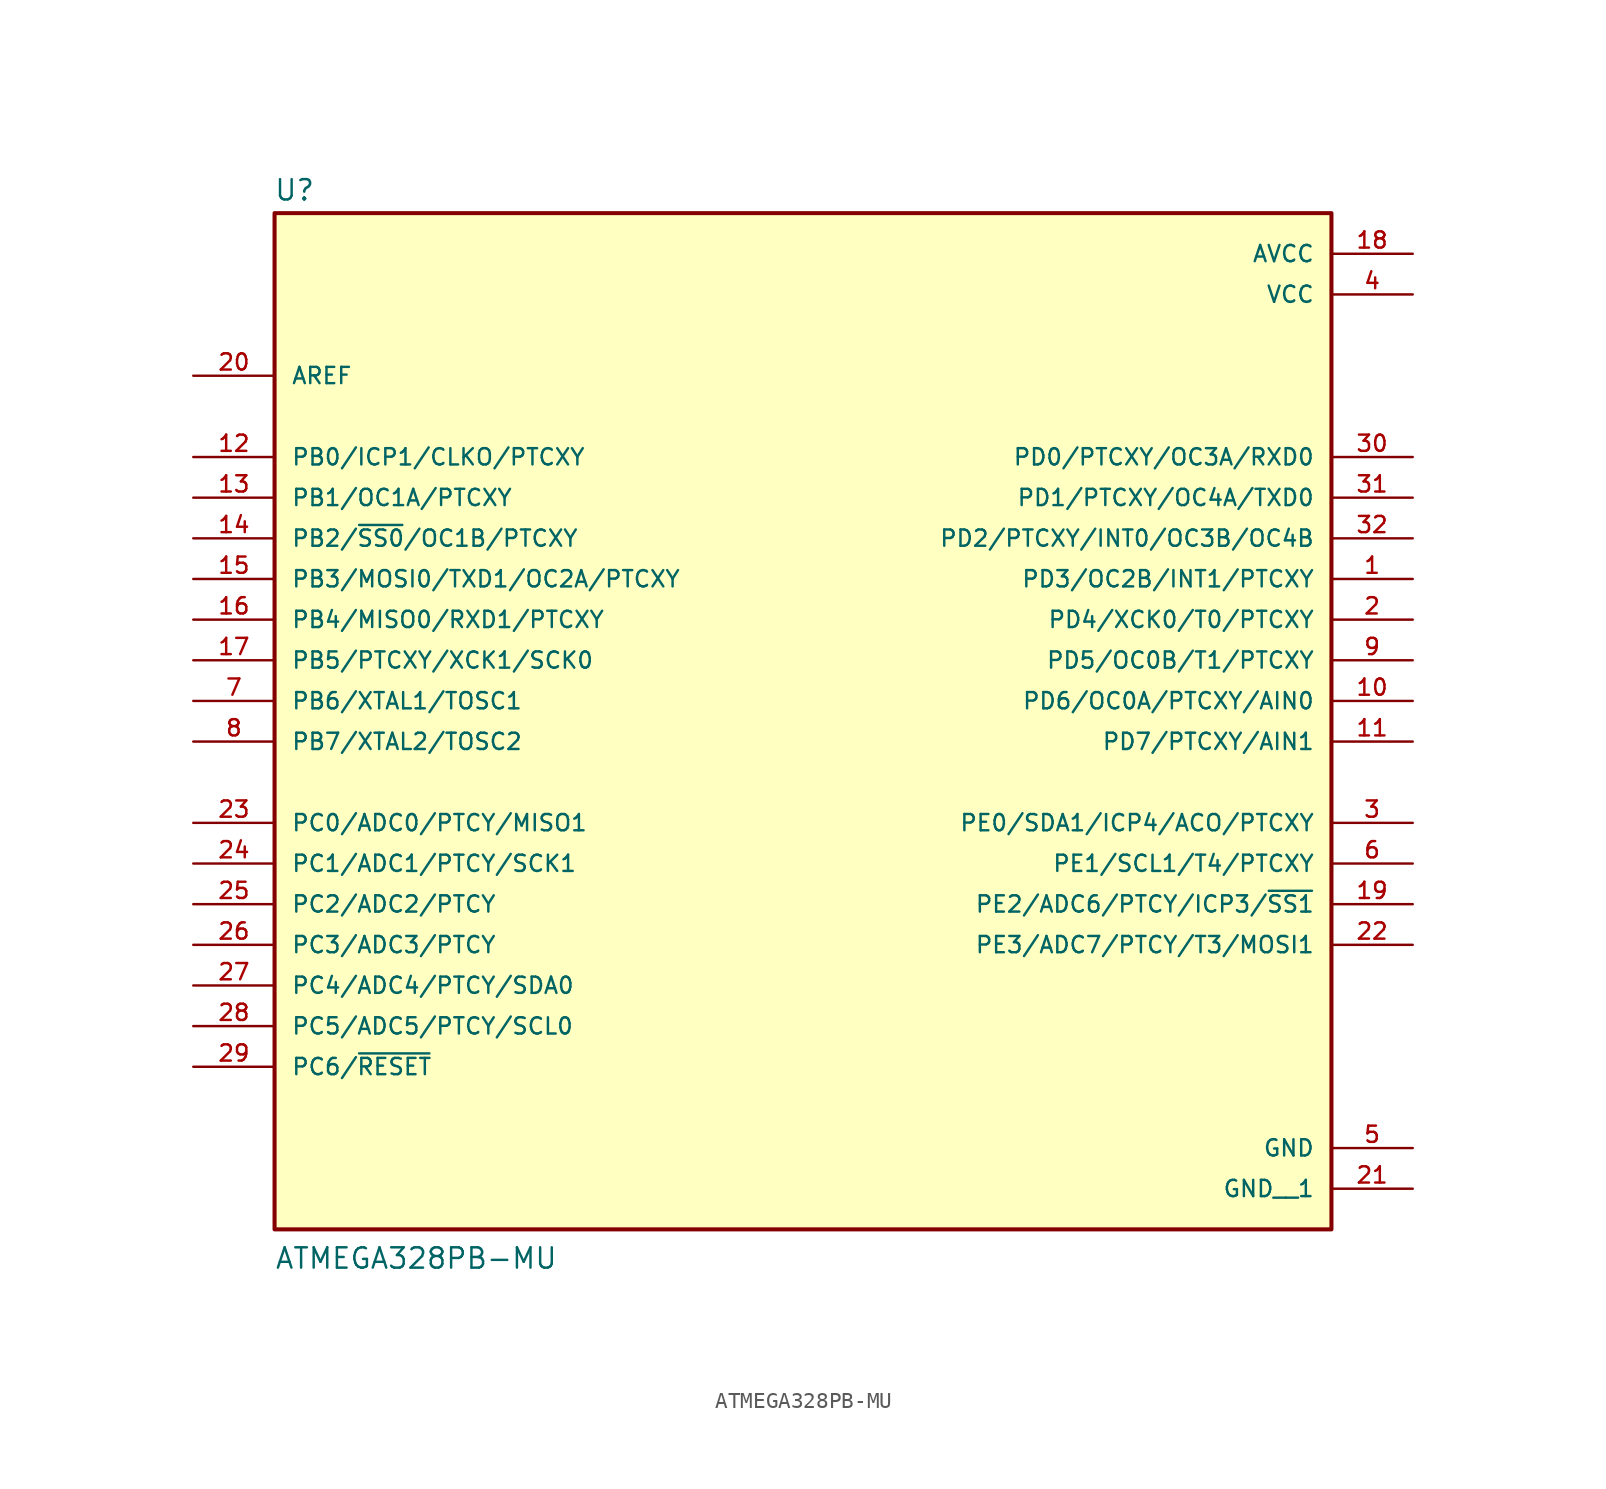
<source format=kicad_sym>
(kicad_symbol_lib
  (version 20211014)
  (generator kicad_symbol_editor)
  (symbol "ATMEGA328PB-MU"
    (pin_names
      (offset 1.016))
    (property "Reference" "U"
      (at -33.081 31.172 0)
      (effects (font (size 1.27 1.27)) (justify bottom left)))
    (property "Value" "ATMEGA328PB-MU"
      (at -33.034 -35.574 0)
      (effects (font (size 1.27 1.27)) (justify bottom left)))
    (symbol "ATMEGA328PB-MU_0_0"
      (rectangle (start -33.02 -33.02) (end 33.02 30.48) (stroke (width 0.254)) (fill (type background)))
      (pin bidirectional line (at 38.1 7.62 180.0) (length 5.08) (name "PD3/OC2B/INT1/PTCXY" (effects (font (size 1.016 1.016)))) (number "1" (effects (font (size 1.016 1.016)))))
      (pin bidirectional line (at 38.1 5.08 180.0) (length 5.08) (name "PD4/XCK0/T0/PTCXY" (effects (font (size 1.016 1.016)))) (number "2" (effects (font (size 1.016 1.016)))))
      (pin bidirectional line (at 38.1 -7.62 180.0) (length 5.08) (name "PE0/SDA1/ICP4/ACO/PTCXY" (effects (font (size 1.016 1.016)))) (number "3" (effects (font (size 1.016 1.016)))))
      (pin power_in line (at 38.1 25.4 180.0) (length 5.08) (name "VCC" (effects (font (size 1.016 1.016)))) (number "4" (effects (font (size 1.016 1.016)))))
      (pin power_in line (at 38.1 -27.94 180.0) (length 5.08) (name "GND" (effects (font (size 1.016 1.016)))) (number "5" (effects (font (size 1.016 1.016)))))
      (pin bidirectional line (at 38.1 -10.16 180.0) (length 5.08) (name "PE1/SCL1/T4/PTCXY" (effects (font (size 1.016 1.016)))) (number "6" (effects (font (size 1.016 1.016)))))
      (pin bidirectional line (at -38.1 0.0 0) (length 5.08) (name "PB6/XTAL1/TOSC1" (effects (font (size 1.016 1.016)))) (number "7" (effects (font (size 1.016 1.016)))))
      (pin bidirectional line (at -38.1 -2.54 0) (length 5.08) (name "PB7/XTAL2/TOSC2" (effects (font (size 1.016 1.016)))) (number "8" (effects (font (size 1.016 1.016)))))
      (pin bidirectional line (at 38.1 2.54 180.0) (length 5.08) (name "PD5/OC0B/T1/PTCXY" (effects (font (size 1.016 1.016)))) (number "9" (effects (font (size 1.016 1.016)))))
      (pin bidirectional line (at 38.1 0.0 180.0) (length 5.08) (name "PD6/OC0A/PTCXY/AIN0" (effects (font (size 1.016 1.016)))) (number "10" (effects (font (size 1.016 1.016)))))
      (pin bidirectional line (at 38.1 -2.54 180.0) (length 5.08) (name "PD7/PTCXY/AIN1" (effects (font (size 1.016 1.016)))) (number "11" (effects (font (size 1.016 1.016)))))
      (pin bidirectional line (at -38.1 15.24 0) (length 5.08) (name "PB0/ICP1/CLKO/PTCXY" (effects (font (size 1.016 1.016)))) (number "12" (effects (font (size 1.016 1.016)))))
      (pin bidirectional line (at -38.1 12.7 0) (length 5.08) (name "PB1/OC1A/PTCXY" (effects (font (size 1.016 1.016)))) (number "13" (effects (font (size 1.016 1.016)))))
      (pin bidirectional line (at -38.1 10.16 0) (length 5.08) (name "PB2/~{SS0}/OC1B/PTCXY" (effects (font (size 1.016 1.016)))) (number "14" (effects (font (size 1.016 1.016)))))
      (pin bidirectional line (at -38.1 7.62 0) (length 5.08) (name "PB3/MOSI0/TXD1/OC2A/PTCXY" (effects (font (size 1.016 1.016)))) (number "15" (effects (font (size 1.016 1.016)))))
      (pin bidirectional line (at -38.1 5.08 0) (length 5.08) (name "PB4/MISO0/RXD1/PTCXY" (effects (font (size 1.016 1.016)))) (number "16" (effects (font (size 1.016 1.016)))))
      (pin bidirectional line (at -38.1 2.54 0) (length 5.08) (name "PB5/PTCXY/XCK1/SCK0" (effects (font (size 1.016 1.016)))) (number "17" (effects (font (size 1.016 1.016)))))
      (pin power_in line (at 38.1 27.94 180.0) (length 5.08) (name "AVCC" (effects (font (size 1.016 1.016)))) (number "18" (effects (font (size 1.016 1.016)))))
      (pin bidirectional line (at 38.1 -12.7 180.0) (length 5.08) (name "PE2/ADC6/PTCY/ICP3/~{SS1}" (effects (font (size 1.016 1.016)))) (number "19" (effects (font (size 1.016 1.016)))))
      (pin input line (at -38.1 20.32 0) (length 5.08) (name "AREF" (effects (font (size 1.016 1.016)))) (number "20" (effects (font (size 1.016 1.016)))))
      (pin bidirectional line (at 38.1 -15.24 180.0) (length 5.08) (name "PE3/ADC7/PTCY/T3/MOSI1" (effects (font (size 1.016 1.016)))) (number "22" (effects (font (size 1.016 1.016)))))
      (pin bidirectional line (at -38.1 -7.62 0) (length 5.08) (name "PC0/ADC0/PTCY/MISO1" (effects (font (size 1.016 1.016)))) (number "23" (effects (font (size 1.016 1.016)))))
      (pin bidirectional line (at -38.1 -10.16 0) (length 5.08) (name "PC1/ADC1/PTCY/SCK1" (effects (font (size 1.016 1.016)))) (number "24" (effects (font (size 1.016 1.016)))))
      (pin bidirectional line (at -38.1 -12.7 0) (length 5.08) (name "PC2/ADC2/PTCY" (effects (font (size 1.016 1.016)))) (number "25" (effects (font (size 1.016 1.016)))))
      (pin bidirectional line (at -38.1 -15.24 0) (length 5.08) (name "PC3/ADC3/PTCY" (effects (font (size 1.016 1.016)))) (number "26" (effects (font (size 1.016 1.016)))))
      (pin bidirectional line (at -38.1 -17.78 0) (length 5.08) (name "PC4/ADC4/PTCY/SDA0" (effects (font (size 1.016 1.016)))) (number "27" (effects (font (size 1.016 1.016)))))
      (pin bidirectional line (at -38.1 -20.32 0) (length 5.08) (name "PC5/ADC5/PTCY/SCL0" (effects (font (size 1.016 1.016)))) (number "28" (effects (font (size 1.016 1.016)))))
      (pin bidirectional line (at -38.1 -22.86 0) (length 5.08) (name "PC6/~{RESET}" (effects (font (size 1.016 1.016)))) (number "29" (effects (font (size 1.016 1.016)))))
      (pin bidirectional line (at 38.1 15.24 180.0) (length 5.08) (name "PD0/PTCXY/OC3A/RXD0" (effects (font (size 1.016 1.016)))) (number "30" (effects (font (size 1.016 1.016)))))
      (pin bidirectional line (at 38.1 12.7 180.0) (length 5.08) (name "PD1/PTCXY/OC4A/TXD0" (effects (font (size 1.016 1.016)))) (number "31" (effects (font (size 1.016 1.016)))))
      (pin bidirectional line (at 38.1 10.16 180.0) (length 5.08) (name "PD2/PTCXY/INT0/OC3B/OC4B" (effects (font (size 1.016 1.016)))) (number "32" (effects (font (size 1.016 1.016)))))
      (pin power_in line (at 38.1 -30.48 180.0) (length 5.08) (name "GND__1" (effects (font (size 1.016 1.016)))) (number "21" (effects (font (size 1.016 1.016))))))))
</source>
